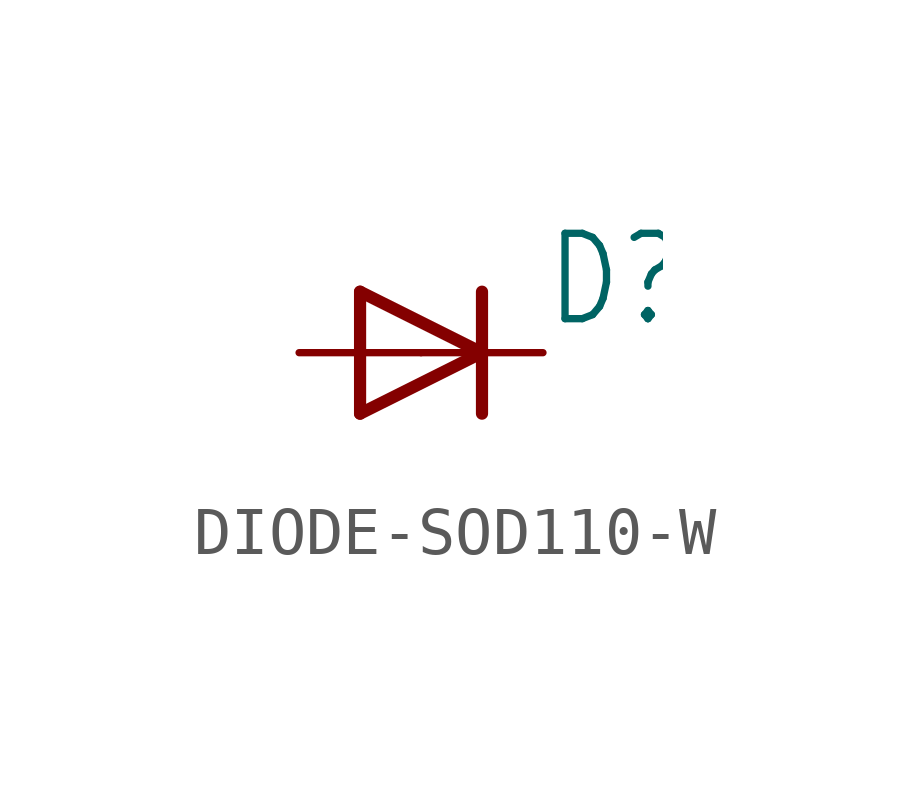
<source format=kicad_sym>
(kicad_symbol_lib
  (version 20220914)
  (generator kicad_symbol_editor)
  (symbol "DIODE-SOD110-W"
    (property "Reference" "D"
      (at 2.54 0.483 0)
      (effects (font (size 1.778 1.511)) (justify left bottom)))
    (property "Value" ""
      (at 2.54 -2.311 0)
      (effects (font (size 1.778 1.511)) (justify left bottom)))
    (property "ki_locked" ""
      (at 0 0 0)
      (effects (font (size 1.27 1.27))))
    (symbol "DIODE-SOD110-W_1_0"
      (polyline (pts (xy -1.27 -1.27) (xy 1.27 0)) (stroke (width 0.254) (type solid)) (fill (type none)))
      (polyline (pts (xy -1.27 1.27) (xy -1.27 -1.27)) (stroke (width 0.254) (type solid)) (fill (type none)))
      (polyline (pts (xy 1.27 0) (xy -1.27 1.27)) (stroke (width 0.254) (type solid)) (fill (type none)))
      (polyline (pts (xy 1.27 0) (xy 1.27 -1.27)) (stroke (width 0.254) (type solid)) (fill (type none)))
      (polyline (pts (xy 1.27 1.27) (xy 1.27 0)) (stroke (width 0.254) (type solid)) (fill (type none)))
      (pin passive line (at -2.54 0 0) (length 2.54) (name "A" (effects (font (size 0 0)))) (number "A" (effects (font (size 0 0)))))
      (pin passive line (at 2.54 0 180) (length 2.54) (name "C" (effects (font (size 0 0)))) (number "C" (effects (font (size 0 0))))))))
</source>
